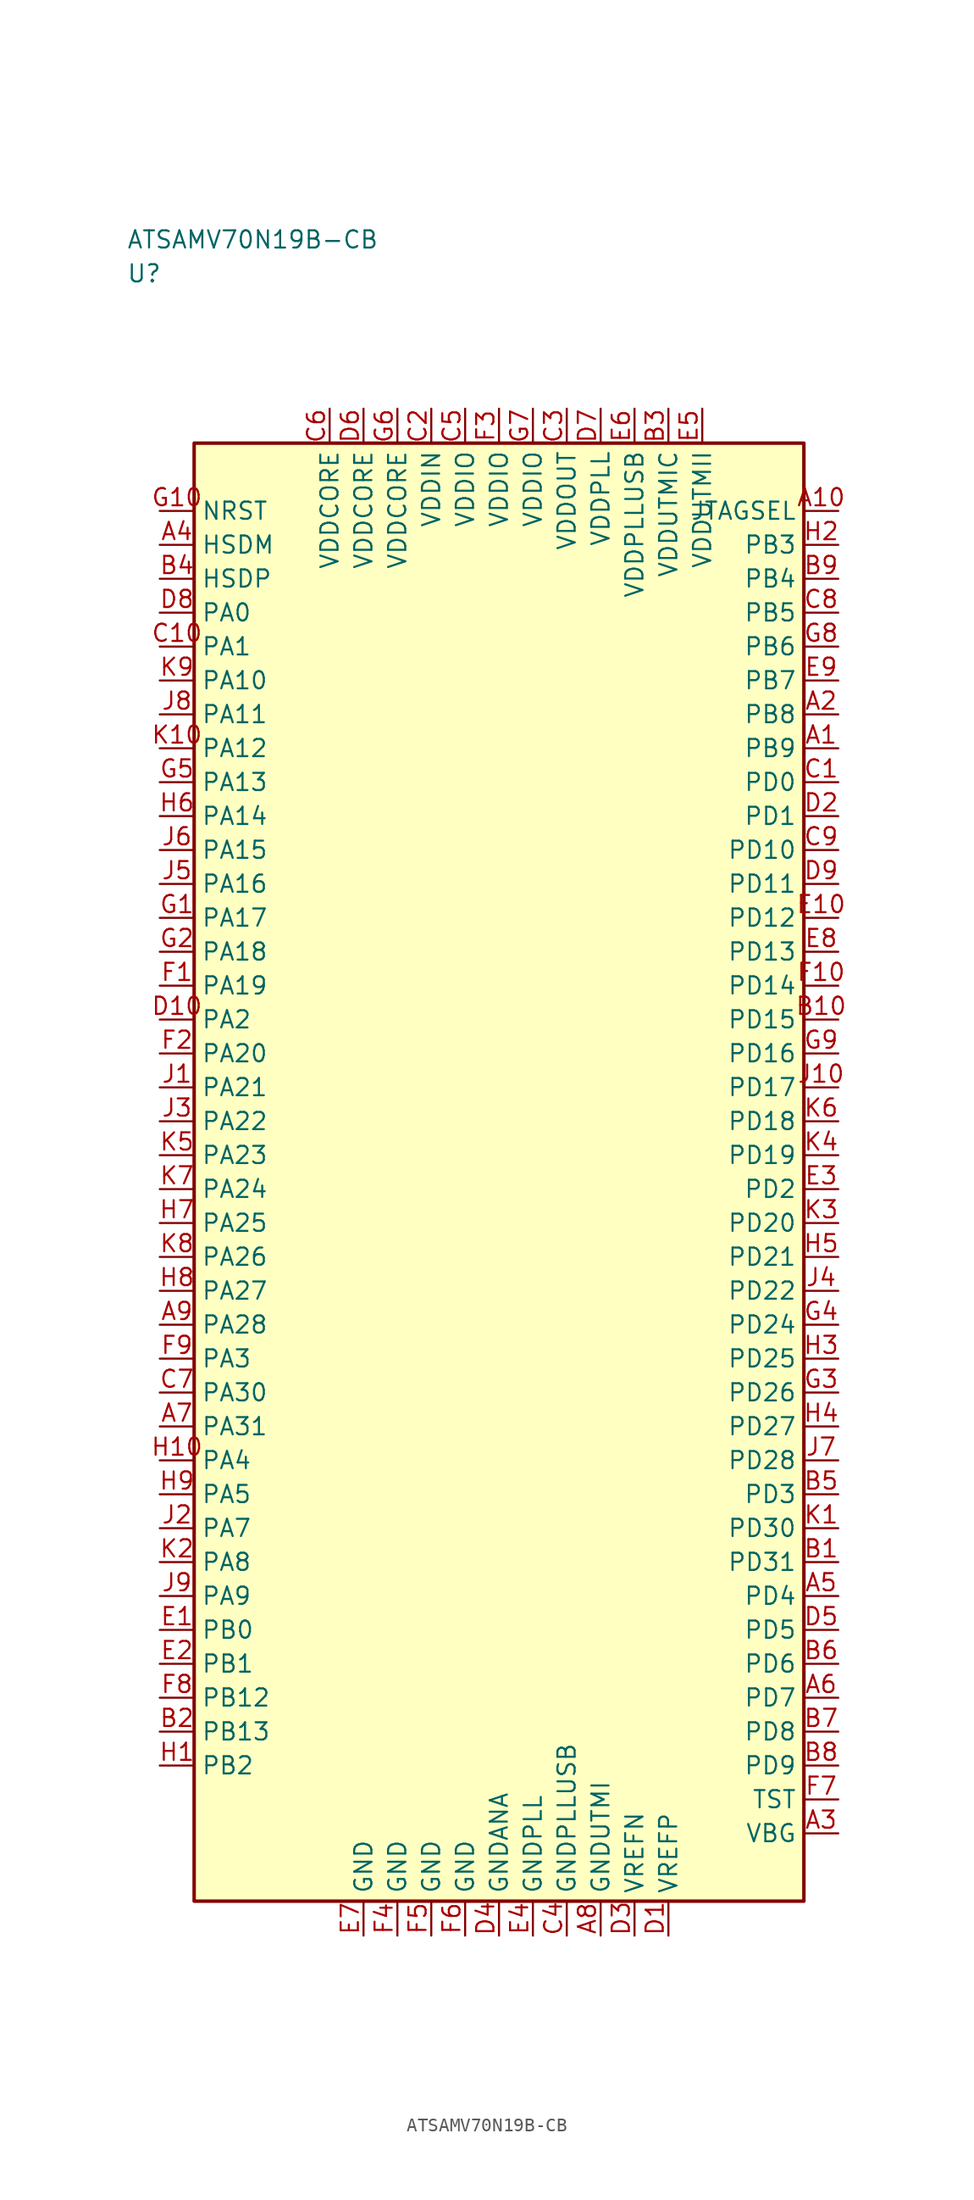
<source format=kicad_sym>
(kicad_symbol_lib
  (version 20241025)
  (generator "kicad_symbol_editor")
  (generator_version "8.0")
  (symbol "ATSAMV70N19B-CB"
    (property "Reference" "U"
      (at -27.5 66.25 0)
      (effects (font (size 1.27 1.27)) (justify left)))
    (property "Value" "ATSAMV70N19B-CB"
      (at -27.5 68.75 0)
      (effects (font (size 1.27 1.27)) (justify left)))
    (symbol "ATSAMV70N19B-CB_0_1"
      (rectangle (start -22.5 53.75) (end 22.5 -53.75) (stroke (width 0.254) (type default)) (fill (type background))))
    (symbol "ATSAMV70N19B-CB_1_1"
      (pin bidirectional line (at -25.04 41.25 0.0) (length 2.54) (name "PA0" (effects (font (size 1.27 1.27)))) (number "D8" (effects (font (size 1.27 1.27)))))
      (pin bidirectional line (at -25.04 38.75 0.0) (length 2.54) (name "PA1" (effects (font (size 1.27 1.27)))) (number "C10" (effects (font (size 1.27 1.27)))))
      (pin bidirectional line (at -25.04 11.25 0.0) (length 2.54) (name "PA2" (effects (font (size 1.27 1.27)))) (number "D10" (effects (font (size 1.27 1.27)))))
      (pin bidirectional line (at -25.04 -13.75 0.0) (length 2.54) (name "PA3" (effects (font (size 1.27 1.27)))) (number "F9" (effects (font (size 1.27 1.27)))))
      (pin bidirectional line (at -25.04 -21.25 0.0) (length 2.54) (name "PA4" (effects (font (size 1.27 1.27)))) (number "H10" (effects (font (size 1.27 1.27)))))
      (pin bidirectional line (at -25.04 -23.75 0.0) (length 2.54) (name "PA5" (effects (font (size 1.27 1.27)))) (number "H9" (effects (font (size 1.27 1.27)))))
      (pin bidirectional line (at -25.04 -26.25 0.0) (length 2.54) (name "PA7" (effects (font (size 1.27 1.27)))) (number "J2" (effects (font (size 1.27 1.27)))))
      (pin bidirectional line (at -25.04 -28.75 0.0) (length 2.54) (name "PA8" (effects (font (size 1.27 1.27)))) (number "K2" (effects (font (size 1.27 1.27)))))
      (pin bidirectional line (at -25.04 -31.25 0.0) (length 2.54) (name "PA9" (effects (font (size 1.27 1.27)))) (number "J9" (effects (font (size 1.27 1.27)))))
      (pin bidirectional line (at -25.04 36.25 0.0) (length 2.54) (name "PA10" (effects (font (size 1.27 1.27)))) (number "K9" (effects (font (size 1.27 1.27)))))
      (pin bidirectional line (at -25.04 33.75 0.0) (length 2.54) (name "PA11" (effects (font (size 1.27 1.27)))) (number "J8" (effects (font (size 1.27 1.27)))))
      (pin bidirectional line (at -25.04 31.25 0.0) (length 2.54) (name "PA12" (effects (font (size 1.27 1.27)))) (number "K10" (effects (font (size 1.27 1.27)))))
      (pin bidirectional line (at -25.04 28.75 0.0) (length 2.54) (name "PA13" (effects (font (size 1.27 1.27)))) (number "G5" (effects (font (size 1.27 1.27)))))
      (pin bidirectional line (at -25.04 26.25 0.0) (length 2.54) (name "PA14" (effects (font (size 1.27 1.27)))) (number "H6" (effects (font (size 1.27 1.27)))))
      (pin bidirectional line (at -25.04 23.75 0.0) (length 2.54) (name "PA15" (effects (font (size 1.27 1.27)))) (number "J6" (effects (font (size 1.27 1.27)))))
      (pin bidirectional line (at -25.04 21.25 0.0) (length 2.54) (name "PA16" (effects (font (size 1.27 1.27)))) (number "J5" (effects (font (size 1.27 1.27)))))
      (pin bidirectional line (at -25.04 18.75 0.0) (length 2.54) (name "PA17" (effects (font (size 1.27 1.27)))) (number "G1" (effects (font (size 1.27 1.27)))))
      (pin bidirectional line (at -25.04 16.25 0.0) (length 2.54) (name "PA18" (effects (font (size 1.27 1.27)))) (number "G2" (effects (font (size 1.27 1.27)))))
      (pin bidirectional line (at -25.04 13.75 0.0) (length 2.54) (name "PA19" (effects (font (size 1.27 1.27)))) (number "F1" (effects (font (size 1.27 1.27)))))
      (pin bidirectional line (at -25.04 8.75 0.0) (length 2.54) (name "PA20" (effects (font (size 1.27 1.27)))) (number "F2" (effects (font (size 1.27 1.27)))))
      (pin bidirectional line (at -25.04 6.25 0.0) (length 2.54) (name "PA21" (effects (font (size 1.27 1.27)))) (number "J1" (effects (font (size 1.27 1.27)))))
      (pin bidirectional line (at -25.04 3.75 0.0) (length 2.54) (name "PA22" (effects (font (size 1.27 1.27)))) (number "J3" (effects (font (size 1.27 1.27)))))
      (pin bidirectional line (at -25.04 1.25 0.0) (length 2.54) (name "PA23" (effects (font (size 1.27 1.27)))) (number "K5" (effects (font (size 1.27 1.27)))))
      (pin bidirectional line (at -25.04 -1.25 0.0) (length 2.54) (name "PA24" (effects (font (size 1.27 1.27)))) (number "K7" (effects (font (size 1.27 1.27)))))
      (pin bidirectional line (at -25.04 -3.75 0.0) (length 2.54) (name "PA25" (effects (font (size 1.27 1.27)))) (number "H7" (effects (font (size 1.27 1.27)))))
      (pin bidirectional line (at -25.04 -6.25 0.0) (length 2.54) (name "PA26" (effects (font (size 1.27 1.27)))) (number "K8" (effects (font (size 1.27 1.27)))))
      (pin bidirectional line (at -25.04 -8.75 0.0) (length 2.54) (name "PA27" (effects (font (size 1.27 1.27)))) (number "H8" (effects (font (size 1.27 1.27)))))
      (pin bidirectional line (at -25.04 -11.25 0.0) (length 2.54) (name "PA28" (effects (font (size 1.27 1.27)))) (number "A9" (effects (font (size 1.27 1.27)))))
      (pin bidirectional line (at -25.04 -16.25 0.0) (length 2.54) (name "PA30" (effects (font (size 1.27 1.27)))) (number "C7" (effects (font (size 1.27 1.27)))))
      (pin bidirectional line (at -25.04 -18.75 0.0) (length 2.54) (name "PA31" (effects (font (size 1.27 1.27)))) (number "A7" (effects (font (size 1.27 1.27)))))
      (pin bidirectional line (at -25.04 -33.75 0.0) (length 2.54) (name "PB0" (effects (font (size 1.27 1.27)))) (number "E1" (effects (font (size 1.27 1.27)))))
      (pin bidirectional line (at -25.04 -36.25 0.0) (length 2.54) (name "PB1" (effects (font (size 1.27 1.27)))) (number "E2" (effects (font (size 1.27 1.27)))))
      (pin bidirectional line (at -25.04 -43.75 0.0) (length 2.54) (name "PB2" (effects (font (size 1.27 1.27)))) (number "H1" (effects (font (size 1.27 1.27)))))
      (pin bidirectional line (at 25.04 46.25 180.0) (length 2.54) (name "PB3" (effects (font (size 1.27 1.27)))) (number "H2" (effects (font (size 1.27 1.27)))))
      (pin bidirectional line (at 25.04 43.75 180.0) (length 2.54) (name "PB4" (effects (font (size 1.27 1.27)))) (number "B9" (effects (font (size 1.27 1.27)))))
      (pin bidirectional line (at 25.04 41.25 180.0) (length 2.54) (name "PB5" (effects (font (size 1.27 1.27)))) (number "C8" (effects (font (size 1.27 1.27)))))
      (pin bidirectional line (at 25.04 38.75 180.0) (length 2.54) (name "PB6" (effects (font (size 1.27 1.27)))) (number "G8" (effects (font (size 1.27 1.27)))))
      (pin bidirectional line (at 25.04 36.25 180.0) (length 2.54) (name "PB7" (effects (font (size 1.27 1.27)))) (number "E9" (effects (font (size 1.27 1.27)))))
      (pin bidirectional line (at 25.04 33.75 180.0) (length 2.54) (name "PB8" (effects (font (size 1.27 1.27)))) (number "A2" (effects (font (size 1.27 1.27)))))
      (pin bidirectional line (at 25.04 31.25 180.0) (length 2.54) (name "PB9" (effects (font (size 1.27 1.27)))) (number "A1" (effects (font (size 1.27 1.27)))))
      (pin bidirectional line (at -25.04 -38.75 0.0) (length 2.54) (name "PB12" (effects (font (size 1.27 1.27)))) (number "F8" (effects (font (size 1.27 1.27)))))
      (pin bidirectional line (at -25.04 -41.25 0.0) (length 2.54) (name "PB13" (effects (font (size 1.27 1.27)))) (number "B2" (effects (font (size 1.27 1.27)))))
      (pin bidirectional line (at 25.04 28.75 180.0) (length 2.54) (name "PD0" (effects (font (size 1.27 1.27)))) (number "C1" (effects (font (size 1.27 1.27)))))
      (pin bidirectional line (at 25.04 26.25 180.0) (length 2.54) (name "PD1" (effects (font (size 1.27 1.27)))) (number "D2" (effects (font (size 1.27 1.27)))))
      (pin bidirectional line (at 25.04 -1.25 180.0) (length 2.54) (name "PD2" (effects (font (size 1.27 1.27)))) (number "E3" (effects (font (size 1.27 1.27)))))
      (pin bidirectional line (at 25.04 -23.75 180.0) (length 2.54) (name "PD3" (effects (font (size 1.27 1.27)))) (number "B5" (effects (font (size 1.27 1.27)))))
      (pin bidirectional line (at 25.04 -31.25 180.0) (length 2.54) (name "PD4" (effects (font (size 1.27 1.27)))) (number "A5" (effects (font (size 1.27 1.27)))))
      (pin bidirectional line (at 25.04 -33.75 180.0) (length 2.54) (name "PD5" (effects (font (size 1.27 1.27)))) (number "D5" (effects (font (size 1.27 1.27)))))
      (pin bidirectional line (at 25.04 -36.25 180.0) (length 2.54) (name "PD6" (effects (font (size 1.27 1.27)))) (number "B6" (effects (font (size 1.27 1.27)))))
      (pin bidirectional line (at 25.04 -38.75 180.0) (length 2.54) (name "PD7" (effects (font (size 1.27 1.27)))) (number "A6" (effects (font (size 1.27 1.27)))))
      (pin bidirectional line (at 25.04 -41.25 180.0) (length 2.54) (name "PD8" (effects (font (size 1.27 1.27)))) (number "B7" (effects (font (size 1.27 1.27)))))
      (pin bidirectional line (at 25.04 -43.75 180.0) (length 2.54) (name "PD9" (effects (font (size 1.27 1.27)))) (number "B8" (effects (font (size 1.27 1.27)))))
      (pin bidirectional line (at 25.04 23.75 180.0) (length 2.54) (name "PD10" (effects (font (size 1.27 1.27)))) (number "C9" (effects (font (size 1.27 1.27)))))
      (pin bidirectional line (at 25.04 21.25 180.0) (length 2.54) (name "PD11" (effects (font (size 1.27 1.27)))) (number "D9" (effects (font (size 1.27 1.27)))))
      (pin bidirectional line (at 25.04 18.75 180.0) (length 2.54) (name "PD12" (effects (font (size 1.27 1.27)))) (number "E10" (effects (font (size 1.27 1.27)))))
      (pin bidirectional line (at 25.04 16.25 180.0) (length 2.54) (name "PD13" (effects (font (size 1.27 1.27)))) (number "E8" (effects (font (size 1.27 1.27)))))
      (pin bidirectional line (at 25.04 13.75 180.0) (length 2.54) (name "PD14" (effects (font (size 1.27 1.27)))) (number "F10" (effects (font (size 1.27 1.27)))))
      (pin bidirectional line (at 25.04 11.25 180.0) (length 2.54) (name "PD15" (effects (font (size 1.27 1.27)))) (number "B10" (effects (font (size 1.27 1.27)))))
      (pin bidirectional line (at 25.04 8.75 180.0) (length 2.54) (name "PD16" (effects (font (size 1.27 1.27)))) (number "G9" (effects (font (size 1.27 1.27)))))
      (pin bidirectional line (at 25.04 6.25 180.0) (length 2.54) (name "PD17" (effects (font (size 1.27 1.27)))) (number "J10" (effects (font (size 1.27 1.27)))))
      (pin bidirectional line (at 25.04 3.75 180.0) (length 2.54) (name "PD18" (effects (font (size 1.27 1.27)))) (number "K6" (effects (font (size 1.27 1.27)))))
      (pin bidirectional line (at 25.04 1.25 180.0) (length 2.54) (name "PD19" (effects (font (size 1.27 1.27)))) (number "K4" (effects (font (size 1.27 1.27)))))
      (pin bidirectional line (at 25.04 -3.75 180.0) (length 2.54) (name "PD20" (effects (font (size 1.27 1.27)))) (number "K3" (effects (font (size 1.27 1.27)))))
      (pin bidirectional line (at 25.04 -6.25 180.0) (length 2.54) (name "PD21" (effects (font (size 1.27 1.27)))) (number "H5" (effects (font (size 1.27 1.27)))))
      (pin bidirectional line (at 25.04 -8.75 180.0) (length 2.54) (name "PD22" (effects (font (size 1.27 1.27)))) (number "J4" (effects (font (size 1.27 1.27)))))
      (pin bidirectional line (at 25.04 -11.25 180.0) (length 2.54) (name "PD24" (effects (font (size 1.27 1.27)))) (number "G4" (effects (font (size 1.27 1.27)))))
      (pin bidirectional line (at 25.04 -13.75 180.0) (length 2.54) (name "PD25" (effects (font (size 1.27 1.27)))) (number "H3" (effects (font (size 1.27 1.27)))))
      (pin bidirectional line (at 25.04 -16.25 180.0) (length 2.54) (name "PD26" (effects (font (size 1.27 1.27)))) (number "G3" (effects (font (size 1.27 1.27)))))
      (pin bidirectional line (at 25.04 -18.75 180.0) (length 2.54) (name "PD27" (effects (font (size 1.27 1.27)))) (number "H4" (effects (font (size 1.27 1.27)))))
      (pin bidirectional line (at 25.04 -21.25 180.0) (length 2.54) (name "PD28" (effects (font (size 1.27 1.27)))) (number "J7" (effects (font (size 1.27 1.27)))))
      (pin bidirectional line (at 25.04 -26.25 180.0) (length 2.54) (name "PD30" (effects (font (size 1.27 1.27)))) (number "K1" (effects (font (size 1.27 1.27)))))
      (pin bidirectional line (at 25.04 -28.75 180.0) (length 2.54) (name "PD31" (effects (font (size 1.27 1.27)))) (number "B1" (effects (font (size 1.27 1.27)))))
      (pin power_in line (at 5.0 56.29 270.0) (length 2.54) (name "VDDOUT" (effects (font (size 1.27 1.27)))) (number "C3" (effects (font (size 1.27 1.27)))))
      (pin power_in line (at -5.0 56.29 270.0) (length 2.54) (name "VDDIN" (effects (font (size 1.27 1.27)))) (number "C2" (effects (font (size 1.27 1.27)))))
      (pin passive line (at 10.0 -56.29 90.0) (length 2.54) (name "VREFN" (effects (font (size 1.27 1.27)))) (number "D3" (effects (font (size 1.27 1.27)))))
      (pin passive line (at 12.5 -56.29 90.0) (length 2.54) (name "VREFP" (effects (font (size 1.27 1.27)))) (number "D1" (effects (font (size 1.27 1.27)))))
      (pin input line (at -25.04 48.75 0.0) (length 2.54) (name "NRST" (effects (font (size 1.27 1.27)))) (number "G10" (effects (font (size 1.27 1.27)))))
      (pin bidirectional line (at 25.04 -46.25 180.0) (length 2.54) (name "TST" (effects (font (size 1.27 1.27)))) (number "F7" (effects (font (size 1.27 1.27)))))
      (pin power_in line (at -2.5 56.29 270.0) (length 2.54) (name "VDDIO" (effects (font (size 1.27 1.27)))) (number "C5" (effects (font (size 1.27 1.27)))))
      (pin power_in line (at 0.0 56.29 270.0) (length 2.54) (name "VDDIO" (effects (font (size 1.27 1.27)))) (number "F3" (effects (font (size 1.27 1.27)))))
      (pin power_in line (at 2.5 56.29 270.0) (length 2.54) (name "VDDIO" (effects (font (size 1.27 1.27)))) (number "G7" (effects (font (size 1.27 1.27)))))
      (pin output line (at 25.04 48.75 180.0) (length 2.54) (name "JTAGSEL" (effects (font (size 1.27 1.27)))) (number "A10" (effects (font (size 1.27 1.27)))))
      (pin power_in line (at -12.5 56.29 270.0) (length 2.54) (name "VDDCORE" (effects (font (size 1.27 1.27)))) (number "C6" (effects (font (size 1.27 1.27)))))
      (pin power_in line (at -10.0 56.29 270.0) (length 2.54) (name "VDDCORE" (effects (font (size 1.27 1.27)))) (number "D6" (effects (font (size 1.27 1.27)))))
      (pin power_in line (at -7.5 56.29 270.0) (length 2.54) (name "VDDCORE" (effects (font (size 1.27 1.27)))) (number "G6" (effects (font (size 1.27 1.27)))))
      (pin power_in line (at 7.5 56.29 270.0) (length 2.54) (name "VDDPLL" (effects (font (size 1.27 1.27)))) (number "D7" (effects (font (size 1.27 1.27)))))
      (pin power_in line (at 15.0 56.29 270.0) (length 2.54) (name "VDDUTMII" (effects (font (size 1.27 1.27)))) (number "E5" (effects (font (size 1.27 1.27)))))
      (pin bidirectional line (at -25.04 46.25 0.0) (length 2.54) (name "HSDM" (effects (font (size 1.27 1.27)))) (number "A4" (effects (font (size 1.27 1.27)))))
      (pin bidirectional line (at -25.04 43.75 0.0) (length 2.54) (name "HSDP" (effects (font (size 1.27 1.27)))) (number "B4" (effects (font (size 1.27 1.27)))))
      (pin passive line (at -10.0 -56.29 90.0) (length 2.54) (name "GND" (effects (font (size 1.27 1.27)))) (number "E7" (effects (font (size 1.27 1.27)))))
      (pin passive line (at -7.5 -56.29 90.0) (length 2.54) (name "GND" (effects (font (size 1.27 1.27)))) (number "F4" (effects (font (size 1.27 1.27)))))
      (pin passive line (at -5.0 -56.29 90.0) (length 2.54) (name "GND" (effects (font (size 1.27 1.27)))) (number "F5" (effects (font (size 1.27 1.27)))))
      (pin passive line (at -2.5 -56.29 90.0) (length 2.54) (name "GND" (effects (font (size 1.27 1.27)))) (number "F6" (effects (font (size 1.27 1.27)))))
      (pin passive line (at 0.0 -56.29 90.0) (length 2.54) (name "GNDANA" (effects (font (size 1.27 1.27)))) (number "D4" (effects (font (size 1.27 1.27)))))
      (pin passive line (at 7.5 -56.29 90.0) (length 2.54) (name "GNDUTMI" (effects (font (size 1.27 1.27)))) (number "A8" (effects (font (size 1.27 1.27)))))
      (pin passive line (at 5.0 -56.29 90.0) (length 2.54) (name "GNDPLLUSB" (effects (font (size 1.27 1.27)))) (number "C4" (effects (font (size 1.27 1.27)))))
      (pin passive line (at 2.5 -56.29 90.0) (length 2.54) (name "GNDPLL" (effects (font (size 1.27 1.27)))) (number "E4" (effects (font (size 1.27 1.27)))))
      (pin power_in line (at 12.5 56.29 270.0) (length 2.54) (name "VDDUTMIC" (effects (font (size 1.27 1.27)))) (number "B3" (effects (font (size 1.27 1.27)))))
      (pin bidirectional line (at 25.04 -48.75 180.0) (length 2.54) (name "VBG" (effects (font (size 1.27 1.27)))) (number "A3" (effects (font (size 1.27 1.27)))))
      (pin power_in line (at 10.0 56.29 270.0) (length 2.54) (name "VDDPLLUSB" (effects (font (size 1.27 1.27)))) (number "E6" (effects (font (size 1.27 1.27))))))))
</source>
